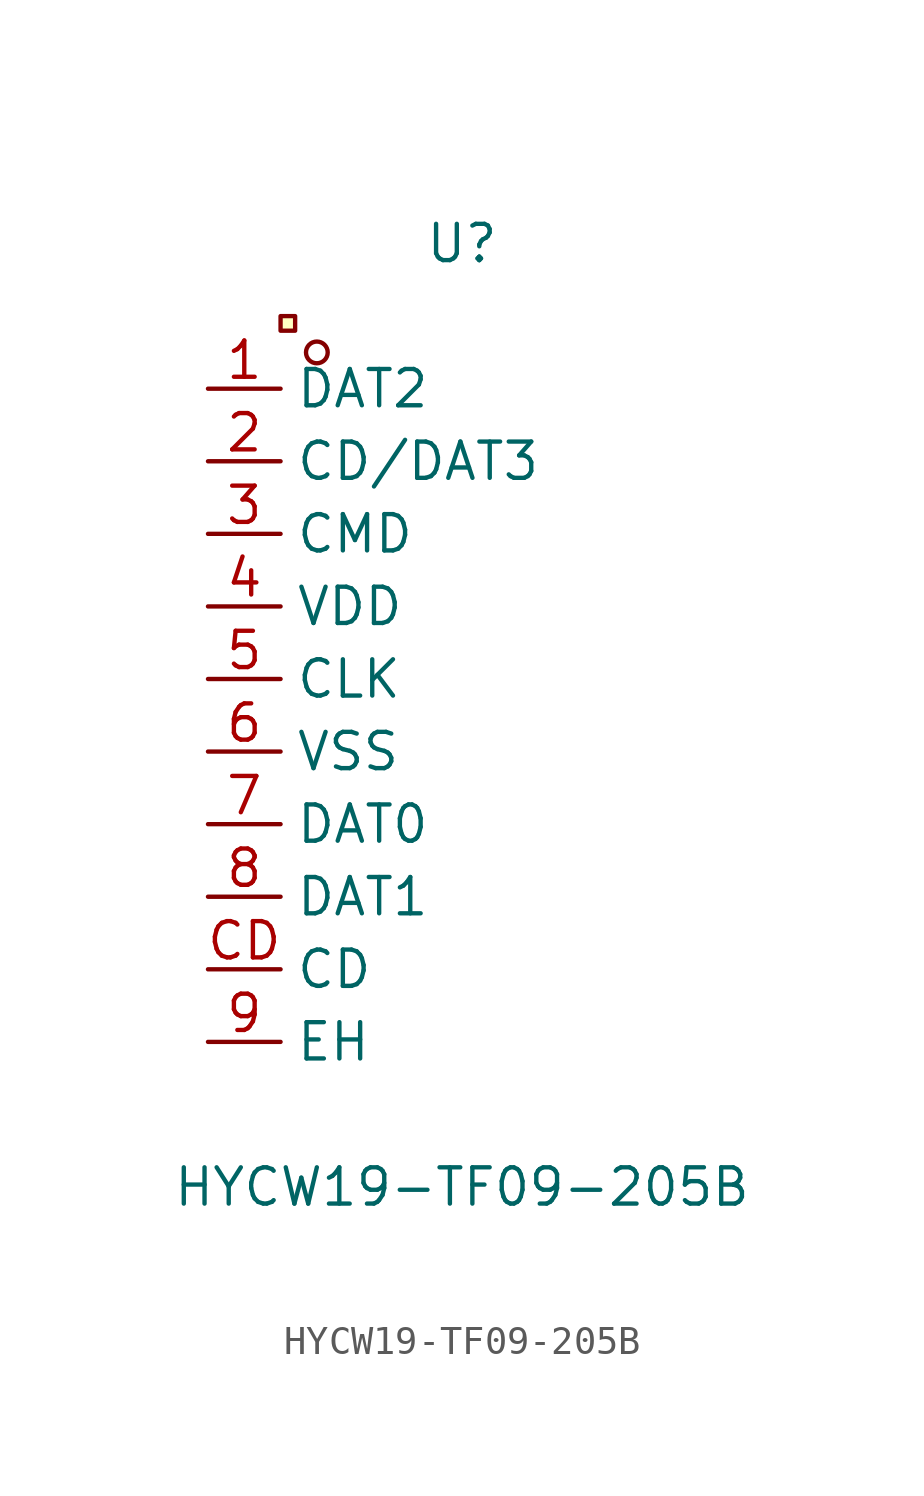
<source format=kicad_sym>
(kicad_symbol_lib
  (version 20241209)
  (generator "kicad_symbol_editor")
  (generator_version "9.0")
  (symbol "HYCW19-TF09-205B"
    (property "Reference" "U"
      (at 0 16.51 0)
      (effects (font (size 1.27 1.27))))
    (property "Value" "HYCW19-TF09-205B"
      (at 0 -16.51 0)
      (effects (font (size 1.27 1.27))))
    (symbol "HYCW19-TF09-205B_0_1"
      (rectangle (start -6.35 13.97) (end -5.84 13.46) (stroke (width 0) (type default)) (fill (type background)))
      (circle (center -5.08 12.7) (radius 0.38) (stroke (width 0) (type default)) (fill (type none)))
      (pin unspecified line (at -8.89 11.43 0) (length 2.54) (name "DAT2" (effects (font (size 1.27 1.27)))) (number "1" (effects (font (size 1.27 1.27)))))
      (pin unspecified line (at -8.89 8.89 0) (length 2.54) (name "CD/DAT3" (effects (font (size 1.27 1.27)))) (number "2" (effects (font (size 1.27 1.27)))))
      (pin unspecified line (at -8.89 6.35 0) (length 2.54) (name "CMD" (effects (font (size 1.27 1.27)))) (number "3" (effects (font (size 1.27 1.27)))))
      (pin unspecified line (at -8.89 3.81 0) (length 2.54) (name "VDD" (effects (font (size 1.27 1.27)))) (number "4" (effects (font (size 1.27 1.27)))))
      (pin unspecified line (at -8.89 1.27 0) (length 2.54) (name "CLK" (effects (font (size 1.27 1.27)))) (number "5" (effects (font (size 1.27 1.27)))))
      (pin unspecified line (at -8.89 -1.27 0) (length 2.54) (name "VSS" (effects (font (size 1.27 1.27)))) (number "6" (effects (font (size 1.27 1.27)))))
      (pin unspecified line (at -8.89 -3.81 0) (length 2.54) (name "DAT0" (effects (font (size 1.27 1.27)))) (number "7" (effects (font (size 1.27 1.27)))))
      (pin unspecified line (at -8.89 -6.35 0) (length 2.54) (name "DAT1" (effects (font (size 1.27 1.27)))) (number "8" (effects (font (size 1.27 1.27)))))
      (pin unspecified line (at -8.89 -8.89 0) (length 2.54) (name "CD" (effects (font (size 1.27 1.27)))) (number "CD" (effects (font (size 1.27 1.27)))))
      (pin unspecified line (at -8.89 -11.43 0) (length 2.54) (name "EH" (effects (font (size 1.27 1.27)))) (number "9" (effects (font (size 1.27 1.27))))))))
</source>
